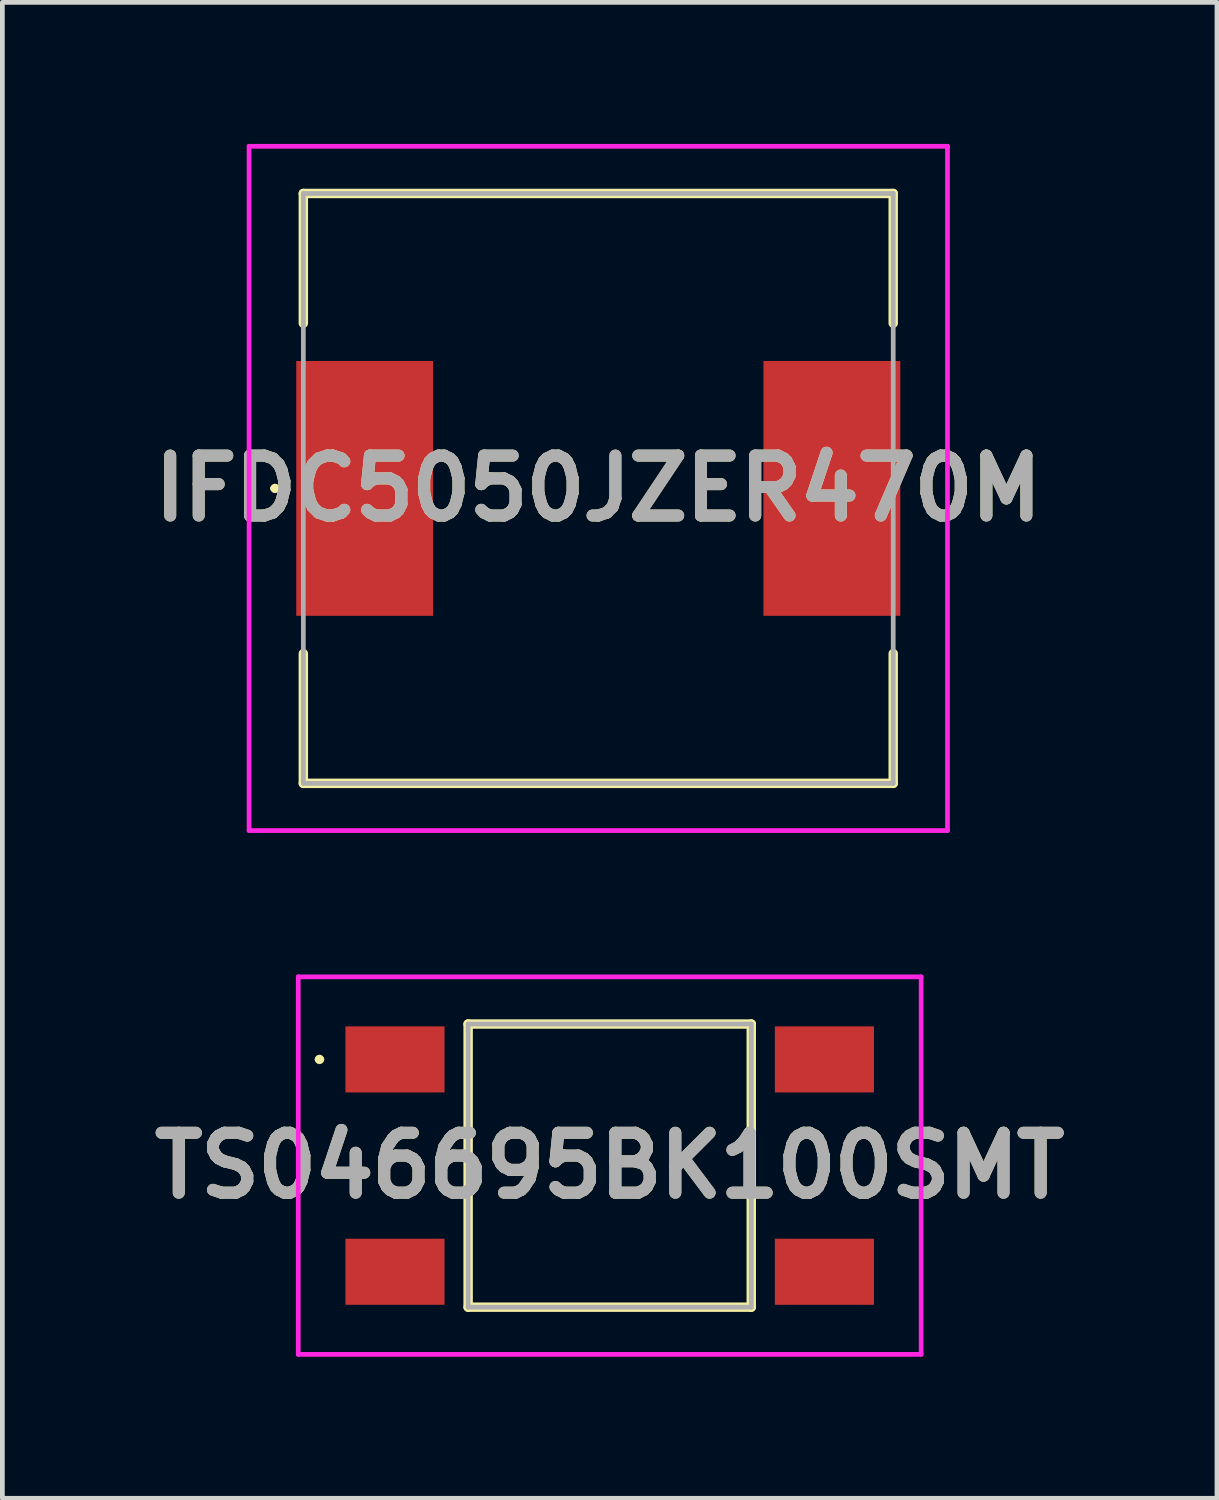
<source format=kicad_pcb>
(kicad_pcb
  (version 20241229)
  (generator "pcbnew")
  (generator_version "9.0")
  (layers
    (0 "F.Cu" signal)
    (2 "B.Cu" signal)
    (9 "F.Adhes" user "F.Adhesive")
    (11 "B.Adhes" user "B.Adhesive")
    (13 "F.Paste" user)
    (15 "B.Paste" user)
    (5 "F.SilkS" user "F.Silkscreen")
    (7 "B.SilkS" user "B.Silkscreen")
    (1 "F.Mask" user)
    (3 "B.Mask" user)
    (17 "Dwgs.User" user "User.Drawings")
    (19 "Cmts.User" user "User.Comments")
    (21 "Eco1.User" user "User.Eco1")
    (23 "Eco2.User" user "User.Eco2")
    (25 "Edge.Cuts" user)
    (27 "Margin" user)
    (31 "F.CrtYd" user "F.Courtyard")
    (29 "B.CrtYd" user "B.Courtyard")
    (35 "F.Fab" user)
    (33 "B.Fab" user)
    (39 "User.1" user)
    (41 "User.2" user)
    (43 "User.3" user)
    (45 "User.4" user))
  (footprint "IFDC5050JZER470M"
    (layer "F.Cu")
    (at 9.628 7.3)
    (property "Reference" "IFDC5050JZER470M" (at 0 0 0) (layer "F.SilkS") (effects (font (size 1.27 1.27) (thickness 0.254))))
    (attr smd)
    (fp_line (start -6.9 0) (end -6.9 0) (stroke (width 0.1) (type solid)) (layer "F.SilkS"))
    (fp_line (start -6.8 0) (end -6.8 0) (stroke (width 0.1) (type solid)) (layer "F.SilkS"))
    (fp_line (start -6.25 -6.25) (end 6.25 -6.25) (stroke (width 0.2) (type solid)) (layer "F.SilkS"))
    (fp_line (start -6.25 -3.5) (end -6.25 -6.25) (stroke (width 0.2) (type solid)) (layer "F.SilkS"))
    (fp_line (start -6.25 3.5) (end -6.25 6.25) (stroke (width 0.2) (type solid)) (layer "F.SilkS"))
    (fp_line (start -6.25 6.25) (end 6.25 6.25) (stroke (width 0.2) (type solid)) (layer "F.SilkS"))
    (fp_line (start 6.25 -6.25) (end 6.25 -3.5) (stroke (width 0.2) (type solid)) (layer "F.SilkS"))
    (fp_line (start 6.25 6.25) (end 6.25 3.5) (stroke (width 0.2) (type solid)) (layer "F.SilkS"))
    (fp_arc (start -6.9 0) (mid -6.85 -0.05) (end -6.8 0) (stroke (width 0.1) (type solid)) (layer "F.SilkS"))
    (fp_arc (start -6.8 0) (mid -6.85 0.05) (end -6.9 0) (stroke (width 0.1) (type solid)) (layer "F.SilkS"))
    (fp_line (start -7.4 -7.25) (end 7.4 -7.25) (stroke (width 0.1) (type solid)) (layer "F.CrtYd"))
    (fp_line (start -7.4 7.25) (end -7.4 -7.25) (stroke (width 0.1) (type solid)) (layer "F.CrtYd"))
    (fp_line (start 7.4 -7.25) (end 7.4 7.25) (stroke (width 0.1) (type solid)) (layer "F.CrtYd"))
    (fp_line (start 7.4 7.25) (end -7.4 7.25) (stroke (width 0.1) (type solid)) (layer "F.CrtYd"))
    (fp_line (start -6.25 -6.25) (end 6.25 -6.25) (stroke (width 0.1) (type solid)) (layer "F.Fab"))
    (fp_line (start -6.25 6.25) (end -6.25 -6.25) (stroke (width 0.1) (type solid)) (layer "F.Fab"))
    (fp_line (start 6.25 -6.25) (end 6.25 6.25) (stroke (width 0.1) (type solid)) (layer "F.Fab"))
    (fp_line (start 6.25 6.25) (end -6.25 6.25) (stroke (width 0.1) (type solid)) (layer "F.Fab"))
    (fp_text user "${REFERENCE}" (at 0 0 0) (layer "F.Fab") (effects (font (size 1.27 1.27) (thickness 0.254))))
    (pad "1" smd rect (at -4.95 0) (size 2.9 5.4) (layers "F.Cu" "F.Mask" "F.Paste"))
    (pad "2" smd rect (at 4.95 0) (size 2.9 5.4) (layers "F.Cu" "F.Mask" "F.Paste")))
  (footprint "TS046695BK100SMT"
    (layer "F.Cu")
    (at 9.87 21.65)
    (property "Reference" "TS046695BK100SMT" (at 0 0 0) (layer "F.SilkS") (effects (font (size 1.27 1.27) (thickness 0.254))))
    (attr smd)
    (fp_line (start -6.2 -2.25) (end -6.2 -2.25) (stroke (width 0.1) (type solid)) (layer "F.SilkS"))
    (fp_line (start -6.1 -2.25) (end -6.1 -2.25) (stroke (width 0.1) (type solid)) (layer "F.SilkS"))
    (fp_line (start -3 -3) (end 3 -3) (stroke (width 0.2) (type solid)) (layer "F.SilkS"))
    (fp_line (start -3 3) (end -3 -3) (stroke (width 0.2) (type solid)) (layer "F.SilkS"))
    (fp_line (start 3 -3) (end 3 3) (stroke (width 0.2) (type solid)) (layer "F.SilkS"))
    (fp_line (start 3 3) (end -3 3) (stroke (width 0.2) (type solid)) (layer "F.SilkS"))
    (fp_arc (start -6.2 -2.25) (mid -6.15 -2.3) (end -6.1 -2.25) (stroke (width 0.1) (type solid)) (layer "F.SilkS"))
    (fp_arc (start -6.1 -2.25) (mid -6.15 -2.2) (end -6.2 -2.25) (stroke (width 0.1) (type solid)) (layer "F.SilkS"))
    (fp_line (start -6.6 -4) (end 6.6 -4) (stroke (width 0.1) (type solid)) (layer "F.CrtYd"))
    (fp_line (start -6.6 4) (end -6.6 -4) (stroke (width 0.1) (type solid)) (layer "F.CrtYd"))
    (fp_line (start 6.6 -4) (end 6.6 4) (stroke (width 0.1) (type solid)) (layer "F.CrtYd"))
    (fp_line (start 6.6 4) (end -6.6 4) (stroke (width 0.1) (type solid)) (layer "F.CrtYd"))
    (fp_line (start -3 -3) (end 3 -3) (stroke (width 0.1) (type solid)) (layer "F.Fab"))
    (fp_line (start -3 3) (end -3 -3) (stroke (width 0.1) (type solid)) (layer "F.Fab"))
    (fp_line (start 3 -3) (end 3 3) (stroke (width 0.1) (type solid)) (layer "F.Fab"))
    (fp_line (start 3 3) (end -3 3) (stroke (width 0.1) (type solid)) (layer "F.Fab"))
    (fp_text user "${REFERENCE}" (at 0 0 0) (layer "F.Fab") (effects (font (size 1.27 1.27) (thickness 0.254))))
    (pad "1" smd rect (at -4.55 -2.25 90) (size 1.4 2.1) (layers "F.Cu" "F.Mask" "F.Paste"))
    (pad "2" smd rect (at -4.55 2.25 90) (size 1.4 2.1) (layers "F.Cu" "F.Mask" "F.Paste"))
    (pad "3" smd rect (at 4.55 -2.25 90) (size 1.4 2.1) (layers "F.Cu" "F.Mask" "F.Paste"))
    (pad "4" smd rect (at 4.55 2.25 90) (size 1.4 2.1) (layers "F.Cu" "F.Mask" "F.Paste")))
  (gr_rect
    (start -3 -3)
    (end 22.739 28.7)
    (stroke (width 0.1) (type default))
    (fill no)
    (layer "Edge.Cuts")))
</source>
